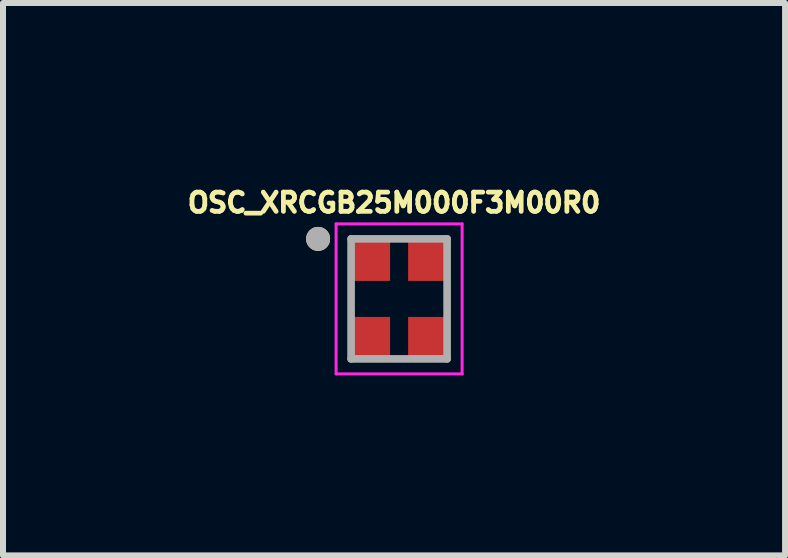
<source format=kicad_pcb>
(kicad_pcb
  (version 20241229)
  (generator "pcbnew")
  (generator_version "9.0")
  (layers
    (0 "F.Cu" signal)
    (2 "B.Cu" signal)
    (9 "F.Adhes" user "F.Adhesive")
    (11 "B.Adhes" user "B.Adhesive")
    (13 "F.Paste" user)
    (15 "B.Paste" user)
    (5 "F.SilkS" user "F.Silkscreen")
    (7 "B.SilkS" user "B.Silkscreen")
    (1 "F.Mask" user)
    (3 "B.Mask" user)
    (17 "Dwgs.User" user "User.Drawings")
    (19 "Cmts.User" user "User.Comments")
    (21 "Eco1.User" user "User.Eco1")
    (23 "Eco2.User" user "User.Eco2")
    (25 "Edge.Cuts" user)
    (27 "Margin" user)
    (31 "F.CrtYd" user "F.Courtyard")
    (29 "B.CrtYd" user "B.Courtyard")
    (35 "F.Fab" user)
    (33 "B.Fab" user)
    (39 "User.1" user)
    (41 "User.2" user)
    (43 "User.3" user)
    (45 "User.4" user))
  (footprint "OSC_XRCGB25M000F3M00R0"
    (layer "F.Cu")
    (at 3.601 1.931)
    (property "Reference" "OSC_XRCGB25M000F3M00R0" (at -0.084 -1.603 0) (layer "F.SilkS") (effects (font (size 0.32 0.32) (thickness 0.15))))
    (attr smd)
    (fp_circle (center -1.35 -1) (end -1.25 -1) (stroke (width 0.2) (type solid)) (fill no) (layer "F.SilkS"))
    (fp_line (start -1.05 -1.25) (end 1.05 -1.25) (stroke (width 0.05) (type solid)) (layer "F.CrtYd"))
    (fp_line (start -1.05 1.25) (end -1.05 -1.25) (stroke (width 0.05) (type solid)) (layer "F.CrtYd"))
    (fp_line (start 1.05 -1.25) (end 1.05 1.25) (stroke (width 0.05) (type solid)) (layer "F.CrtYd"))
    (fp_line (start 1.05 1.25) (end -1.05 1.25) (stroke (width 0.05) (type solid)) (layer "F.CrtYd"))
    (fp_line (start -0.8 -1) (end 0.8 -1) (stroke (width 0.127) (type solid)) (layer "F.Fab"))
    (fp_line (start -0.8 1) (end -0.8 -1) (stroke (width 0.127) (type solid)) (layer "F.Fab"))
    (fp_line (start 0.8 -1) (end 0.8 1) (stroke (width 0.127) (type solid)) (layer "F.Fab"))
    (fp_line (start 0.8 1) (end -0.8 1) (stroke (width 0.127) (type solid)) (layer "F.Fab"))
    (fp_circle (center -1.35 -1) (end -1.25 -1) (stroke (width 0.2) (type solid)) (fill no) (layer "F.Fab"))
    (pad "1" smd rect (at -0.5 -0.675) (size 0.7 0.75) (layers "F.Cu" "F.Mask" "F.Paste"))
    (pad "2" smd rect (at -0.5 0.675) (size 0.7 0.75) (layers "F.Cu" "F.Mask" "F.Paste"))
    (pad "3" smd rect (at 0.5 0.675) (size 0.7 0.75) (layers "F.Cu" "F.Mask" "F.Paste"))
    (pad "4" smd rect (at 0.5 -0.675) (size 0.7 0.75) (layers "F.Cu" "F.Mask" "F.Paste")))
  (gr_rect
    (start -3 -3)
    (end 10.033 6.206)
    (stroke (width 0.1) (type default))
    (fill no)
    (layer "Edge.Cuts")))
</source>
